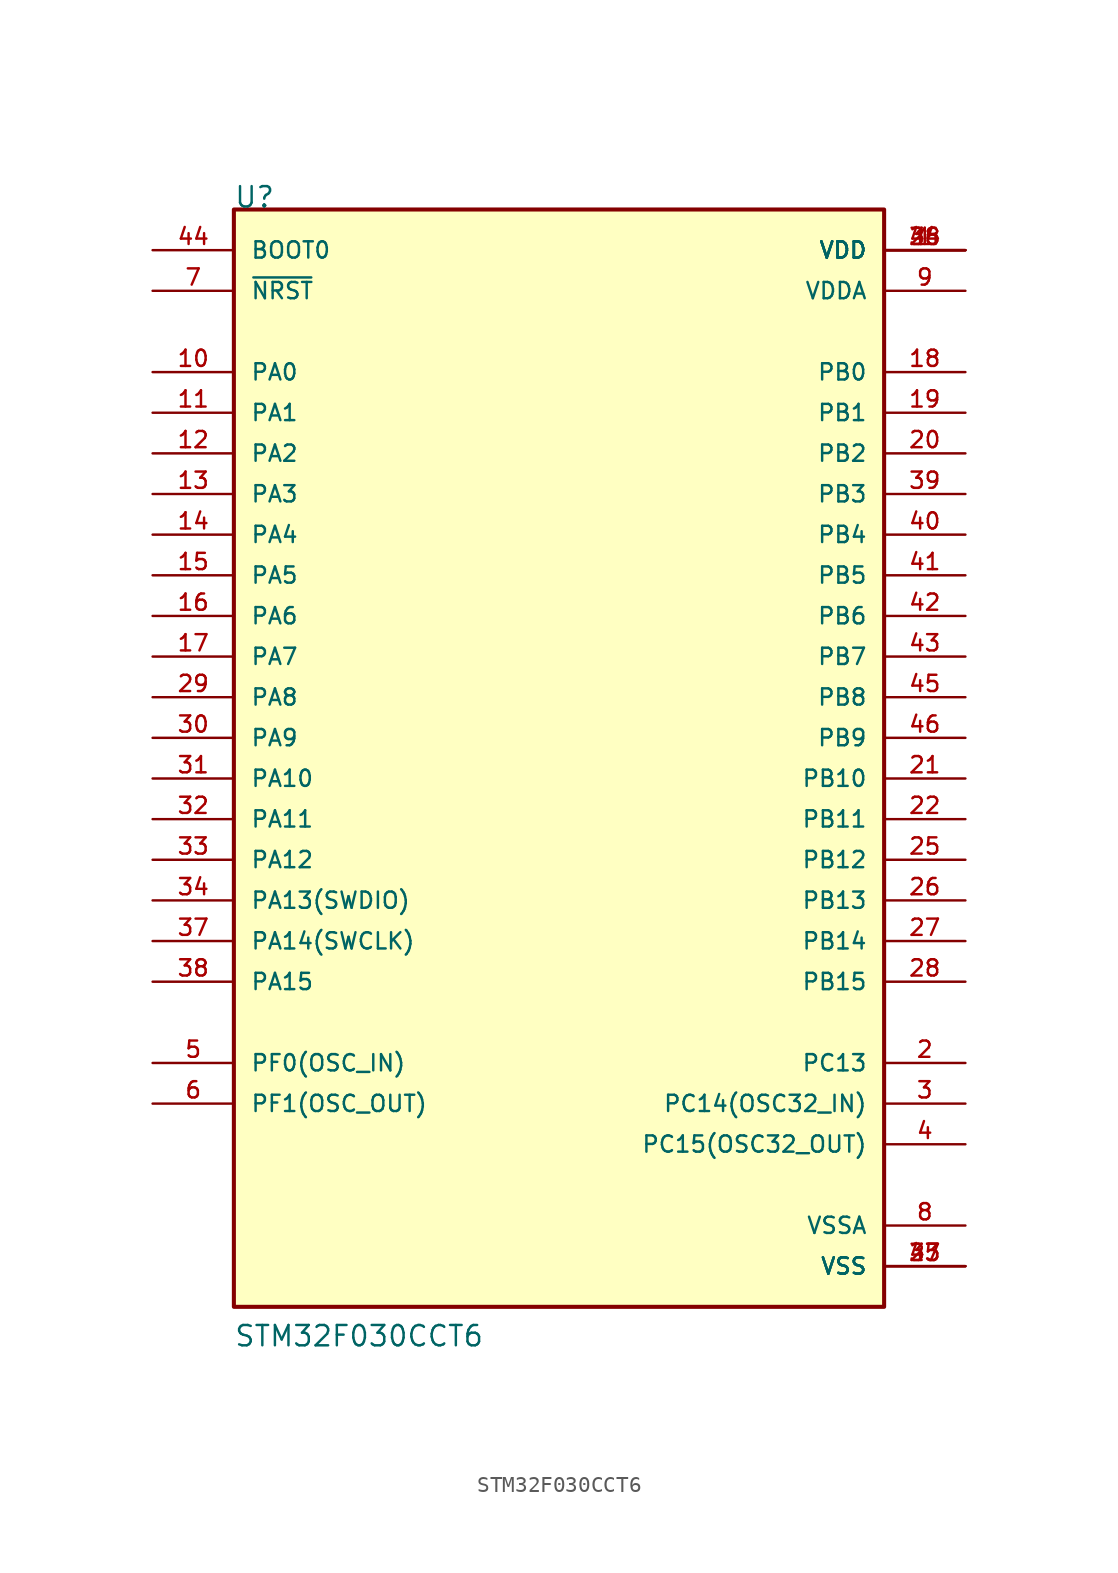
<source format=kicad_sym>
(kicad_symbol_lib
  (version 20211014)
  (generator kicad_symbol_editor)
  (symbol "STM32F030CCT6"
    (pin_names
      (offset 1.016))
    (property "Reference" "U"
      (at -20.338 33.05 0)
      (effects (font (size 1.27 1.27)) (justify bottom left)))
    (property "Value" "STM32F030CCT6"
      (at -20.335 -38.128 0)
      (effects (font (size 1.27 1.27)) (justify bottom left)))
    (symbol "STM32F030CCT6_0_0"
      (rectangle (start -20.32 -35.56) (end 20.32 33.02) (stroke (width 0.254)) (fill (type background)))
      (pin power_in line (at 25.4 30.48 180.0) (length 5.08) (name "VDD" (effects (font (size 1.016 1.016)))) (number "1" (effects (font (size 1.016 1.016)))))
      (pin power_in line (at 25.4 30.48 180.0) (length 5.08) (name "VDD" (effects (font (size 1.016 1.016)))) (number "24" (effects (font (size 1.016 1.016)))))
      (pin power_in line (at 25.4 30.48 180.0) (length 5.08) (name "VDD" (effects (font (size 1.016 1.016)))) (number "36" (effects (font (size 1.016 1.016)))))
      (pin power_in line (at 25.4 30.48 180.0) (length 5.08) (name "VDD" (effects (font (size 1.016 1.016)))) (number "48" (effects (font (size 1.016 1.016)))))
      (pin bidirectional line (at 25.4 -20.32 180.0) (length 5.08) (name "PC13" (effects (font (size 1.016 1.016)))) (number "2" (effects (font (size 1.016 1.016)))))
      (pin bidirectional line (at 25.4 -22.86 180.0) (length 5.08) (name "PC14(OSC32_IN)" (effects (font (size 1.016 1.016)))) (number "3" (effects (font (size 1.016 1.016)))))
      (pin bidirectional line (at 25.4 -25.4 180.0) (length 5.08) (name "PC15(OSC32_OUT)" (effects (font (size 1.016 1.016)))) (number "4" (effects (font (size 1.016 1.016)))))
      (pin bidirectional line (at -25.4 -20.32 0) (length 5.08) (name "PF0(OSC_IN)" (effects (font (size 1.016 1.016)))) (number "5" (effects (font (size 1.016 1.016)))))
      (pin bidirectional line (at -25.4 -22.86 0) (length 5.08) (name "PF1(OSC_OUT)" (effects (font (size 1.016 1.016)))) (number "6" (effects (font (size 1.016 1.016)))))
      (pin bidirectional line (at -25.4 27.94 0) (length 5.08) (name "~{NRST}" (effects (font (size 1.016 1.016)))) (number "7" (effects (font (size 1.016 1.016)))))
      (pin power_in line (at 25.4 27.94 180.0) (length 5.08) (name "VDDA" (effects (font (size 1.016 1.016)))) (number "9" (effects (font (size 1.016 1.016)))))
      (pin power_in line (at 25.4 -30.48 180.0) (length 5.08) (name "VSSA" (effects (font (size 1.016 1.016)))) (number "8" (effects (font (size 1.016 1.016)))))
      (pin bidirectional line (at -25.4 22.86 0) (length 5.08) (name "PA0" (effects (font (size 1.016 1.016)))) (number "10" (effects (font (size 1.016 1.016)))))
      (pin bidirectional line (at -25.4 20.32 0) (length 5.08) (name "PA1" (effects (font (size 1.016 1.016)))) (number "11" (effects (font (size 1.016 1.016)))))
      (pin bidirectional line (at -25.4 17.78 0) (length 5.08) (name "PA2" (effects (font (size 1.016 1.016)))) (number "12" (effects (font (size 1.016 1.016)))))
      (pin bidirectional line (at -25.4 15.24 0) (length 5.08) (name "PA3" (effects (font (size 1.016 1.016)))) (number "13" (effects (font (size 1.016 1.016)))))
      (pin bidirectional line (at -25.4 12.7 0) (length 5.08) (name "PA4" (effects (font (size 1.016 1.016)))) (number "14" (effects (font (size 1.016 1.016)))))
      (pin bidirectional line (at -25.4 10.16 0) (length 5.08) (name "PA5" (effects (font (size 1.016 1.016)))) (number "15" (effects (font (size 1.016 1.016)))))
      (pin bidirectional line (at -25.4 7.62 0) (length 5.08) (name "PA6" (effects (font (size 1.016 1.016)))) (number "16" (effects (font (size 1.016 1.016)))))
      (pin bidirectional line (at -25.4 5.08 0) (length 5.08) (name "PA7" (effects (font (size 1.016 1.016)))) (number "17" (effects (font (size 1.016 1.016)))))
      (pin bidirectional line (at 25.4 22.86 180.0) (length 5.08) (name "PB0" (effects (font (size 1.016 1.016)))) (number "18" (effects (font (size 1.016 1.016)))))
      (pin bidirectional line (at 25.4 20.32 180.0) (length 5.08) (name "PB1" (effects (font (size 1.016 1.016)))) (number "19" (effects (font (size 1.016 1.016)))))
      (pin bidirectional line (at 25.4 17.78 180.0) (length 5.08) (name "PB2" (effects (font (size 1.016 1.016)))) (number "20" (effects (font (size 1.016 1.016)))))
      (pin bidirectional line (at 25.4 15.24 180.0) (length 5.08) (name "PB3" (effects (font (size 1.016 1.016)))) (number "39" (effects (font (size 1.016 1.016)))))
      (pin bidirectional line (at 25.4 12.7 180.0) (length 5.08) (name "PB4" (effects (font (size 1.016 1.016)))) (number "40" (effects (font (size 1.016 1.016)))))
      (pin bidirectional line (at 25.4 10.16 180.0) (length 5.08) (name "PB5" (effects (font (size 1.016 1.016)))) (number "41" (effects (font (size 1.016 1.016)))))
      (pin bidirectional line (at 25.4 7.62 180.0) (length 5.08) (name "PB6" (effects (font (size 1.016 1.016)))) (number "42" (effects (font (size 1.016 1.016)))))
      (pin bidirectional line (at 25.4 5.08 180.0) (length 5.08) (name "PB7" (effects (font (size 1.016 1.016)))) (number "43" (effects (font (size 1.016 1.016)))))
      (pin bidirectional line (at 25.4 2.54 180.0) (length 5.08) (name "PB8" (effects (font (size 1.016 1.016)))) (number "45" (effects (font (size 1.016 1.016)))))
      (pin bidirectional line (at 25.4 0.0 180.0) (length 5.08) (name "PB9" (effects (font (size 1.016 1.016)))) (number "46" (effects (font (size 1.016 1.016)))))
      (pin bidirectional line (at 25.4 -2.54 180.0) (length 5.08) (name "PB10" (effects (font (size 1.016 1.016)))) (number "21" (effects (font (size 1.016 1.016)))))
      (pin bidirectional line (at 25.4 -5.08 180.0) (length 5.08) (name "PB11" (effects (font (size 1.016 1.016)))) (number "22" (effects (font (size 1.016 1.016)))))
      (pin power_in line (at 25.4 -33.02 180.0) (length 5.08) (name "VSS" (effects (font (size 1.016 1.016)))) (number "23" (effects (font (size 1.016 1.016)))))
      (pin power_in line (at 25.4 -33.02 180.0) (length 5.08) (name "VSS" (effects (font (size 1.016 1.016)))) (number "35" (effects (font (size 1.016 1.016)))))
      (pin power_in line (at 25.4 -33.02 180.0) (length 5.08) (name "VSS" (effects (font (size 1.016 1.016)))) (number "47" (effects (font (size 1.016 1.016)))))
      (pin bidirectional line (at 25.4 -7.62 180.0) (length 5.08) (name "PB12" (effects (font (size 1.016 1.016)))) (number "25" (effects (font (size 1.016 1.016)))))
      (pin bidirectional line (at 25.4 -10.16 180.0) (length 5.08) (name "PB13" (effects (font (size 1.016 1.016)))) (number "26" (effects (font (size 1.016 1.016)))))
      (pin bidirectional line (at 25.4 -12.7 180.0) (length 5.08) (name "PB14" (effects (font (size 1.016 1.016)))) (number "27" (effects (font (size 1.016 1.016)))))
      (pin bidirectional line (at 25.4 -15.24 180.0) (length 5.08) (name "PB15" (effects (font (size 1.016 1.016)))) (number "28" (effects (font (size 1.016 1.016)))))
      (pin bidirectional line (at -25.4 2.54 0) (length 5.08) (name "PA8" (effects (font (size 1.016 1.016)))) (number "29" (effects (font (size 1.016 1.016)))))
      (pin bidirectional line (at -25.4 0.0 0) (length 5.08) (name "PA9" (effects (font (size 1.016 1.016)))) (number "30" (effects (font (size 1.016 1.016)))))
      (pin bidirectional line (at -25.4 -2.54 0) (length 5.08) (name "PA10" (effects (font (size 1.016 1.016)))) (number "31" (effects (font (size 1.016 1.016)))))
      (pin bidirectional line (at -25.4 -5.08 0) (length 5.08) (name "PA11" (effects (font (size 1.016 1.016)))) (number "32" (effects (font (size 1.016 1.016)))))
      (pin bidirectional line (at -25.4 -7.62 0) (length 5.08) (name "PA12" (effects (font (size 1.016 1.016)))) (number "33" (effects (font (size 1.016 1.016)))))
      (pin bidirectional line (at -25.4 -10.16 0) (length 5.08) (name "PA13(SWDIO)" (effects (font (size 1.016 1.016)))) (number "34" (effects (font (size 1.016 1.016)))))
      (pin bidirectional line (at -25.4 -12.7 0) (length 5.08) (name "PA14(SWCLK)" (effects (font (size 1.016 1.016)))) (number "37" (effects (font (size 1.016 1.016)))))
      (pin bidirectional line (at -25.4 -15.24 0) (length 5.08) (name "PA15" (effects (font (size 1.016 1.016)))) (number "38" (effects (font (size 1.016 1.016)))))
      (pin input line (at -25.4 30.48 0) (length 5.08) (name "BOOT0" (effects (font (size 1.016 1.016)))) (number "44" (effects (font (size 1.016 1.016))))))))
</source>
